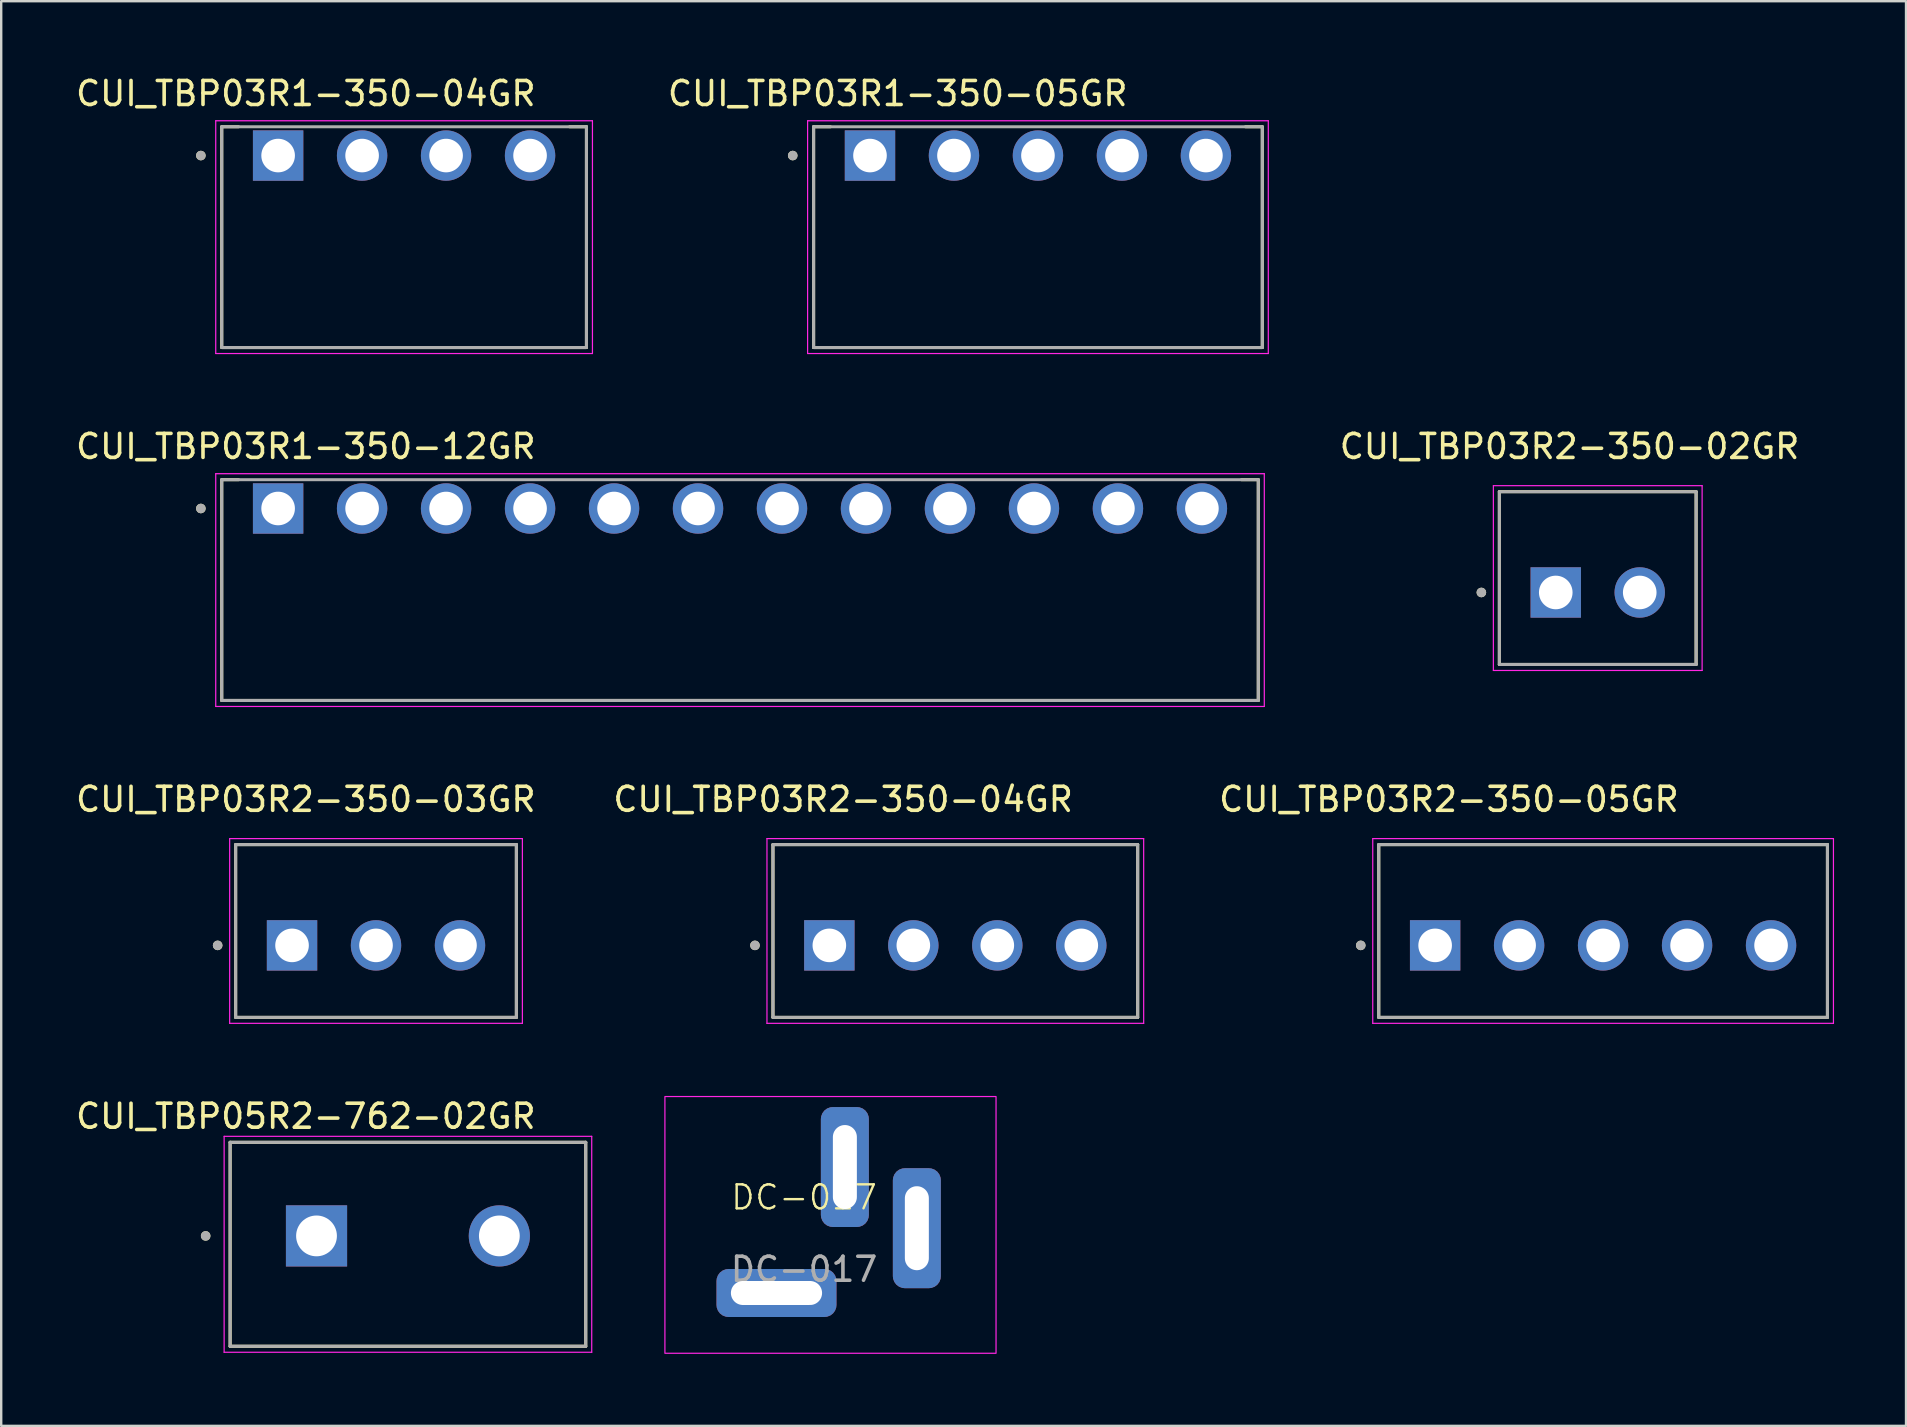
<source format=kicad_pcb>
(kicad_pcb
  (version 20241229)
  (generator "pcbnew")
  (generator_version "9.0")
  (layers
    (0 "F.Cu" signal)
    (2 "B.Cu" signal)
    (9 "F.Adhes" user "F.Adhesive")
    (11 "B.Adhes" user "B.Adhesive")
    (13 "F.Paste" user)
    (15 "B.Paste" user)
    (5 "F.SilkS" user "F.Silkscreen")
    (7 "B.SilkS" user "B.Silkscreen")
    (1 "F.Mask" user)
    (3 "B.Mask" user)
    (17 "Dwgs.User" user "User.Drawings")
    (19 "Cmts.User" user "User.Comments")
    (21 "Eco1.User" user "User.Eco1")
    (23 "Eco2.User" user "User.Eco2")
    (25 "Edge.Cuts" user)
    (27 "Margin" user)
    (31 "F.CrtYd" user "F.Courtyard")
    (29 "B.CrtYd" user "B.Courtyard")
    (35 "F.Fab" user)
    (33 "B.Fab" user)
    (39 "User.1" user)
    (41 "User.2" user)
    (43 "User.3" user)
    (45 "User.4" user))
  (footprint "CUI_TBP03R2-350-02GR"
    (layer "F.Cu")
    (at 61.788 21.642)
    (property "Reference" "CUI_TBP03R2-350-02GR" (at 0.575 -6.085 0) (layer "F.SilkS") (effects (font (size 1 1) (thickness 0.15))))
    (attr through_hole)
    (fp_line (start -2.35 -4.2) (end 5.85 -4.2) (stroke (width 0.127) (type solid)) (layer "F.SilkS"))
    (fp_line (start -2.35 3) (end -2.35 -4.2) (stroke (width 0.127) (type solid)) (layer "F.SilkS"))
    (fp_line (start 5.85 -4.2) (end 5.85 3) (stroke (width 0.127) (type solid)) (layer "F.SilkS"))
    (fp_line (start 5.85 3) (end -2.35 3) (stroke (width 0.127) (type solid)) (layer "F.SilkS"))
    (fp_circle (center -3.1 0) (end -3 0) (stroke (width 0.2) (type solid)) (fill no) (layer "F.SilkS"))
    (fp_line (start -2.6 -4.45) (end -2.6 3.25) (stroke (width 0.05) (type solid)) (layer "F.CrtYd"))
    (fp_line (start -2.6 3.25) (end 6.1 3.25) (stroke (width 0.05) (type solid)) (layer "F.CrtYd"))
    (fp_line (start 6.1 -4.45) (end -2.6 -4.45) (stroke (width 0.05) (type solid)) (layer "F.CrtYd"))
    (fp_line (start 6.1 3.25) (end 6.1 -4.45) (stroke (width 0.05) (type solid)) (layer "F.CrtYd"))
    (fp_line (start -2.35 -4.2) (end 5.85 -4.2) (stroke (width 0.127) (type solid)) (layer "F.Fab"))
    (fp_line (start -2.35 3) (end -2.35 -4.2) (stroke (width 0.127) (type solid)) (layer "F.Fab"))
    (fp_line (start 5.85 -4.2) (end 5.85 3) (stroke (width 0.127) (type solid)) (layer "F.Fab"))
    (fp_line (start 5.85 3) (end -2.35 3) (stroke (width 0.127) (type solid)) (layer "F.Fab"))
    (fp_circle (center -3.1 0) (end -3 0) (stroke (width 0.2) (type solid)) (fill no) (layer "F.Fab"))
    (pad "1" thru_hole rect (at 0 0) (size 2.1 2.1) (drill 1.4) (layers "*.Cu" "*.Mask"))
    (pad "2" thru_hole circle (at 3.5 0) (size 2.1 2.1) (drill 1.4) (layers "*.Cu" "*.Mask")))
  (footprint "CUI_TBP03R1-350-04GR"
    (layer "F.Cu")
    (at 8.541 3.433)
    (property "Reference" "CUI_TBP03R1-350-04GR" (at 1.155 -2.585 0) (layer "F.SilkS") (effects (font (size 1 1) (thickness 0.15))))
    (attr through_hole)
    (fp_line (start -2.35 -1.2) (end -2.35 8) (stroke (width 0.127) (type solid)) (layer "F.SilkS"))
    (fp_line (start -2.35 -1.2) (end -1.65 -1.2) (stroke (width 0.127) (type solid)) (layer "F.SilkS"))
    (fp_line (start -2.35 8) (end 12.85 8) (stroke (width 0.127) (type solid)) (layer "F.SilkS"))
    (fp_line (start 12.15 -1.2) (end 12.85 -1.2) (stroke (width 0.127) (type solid)) (layer "F.SilkS"))
    (fp_line (start 12.85 8) (end 12.85 -1.2) (stroke (width 0.127) (type solid)) (layer "F.SilkS"))
    (fp_circle (center -3.22 0) (end -3.12 0) (stroke (width 0.2) (type solid)) (fill no) (layer "F.SilkS"))
    (fp_line (start -2.6 -1.45) (end -2.6 8.25) (stroke (width 0.05) (type solid)) (layer "F.CrtYd"))
    (fp_line (start -2.6 8.25) (end 13.1 8.25) (stroke (width 0.05) (type solid)) (layer "F.CrtYd"))
    (fp_line (start 13.1 -1.45) (end -2.6 -1.45) (stroke (width 0.05) (type solid)) (layer "F.CrtYd"))
    (fp_line (start 13.1 8.25) (end 13.1 -1.45) (stroke (width 0.05) (type solid)) (layer "F.CrtYd"))
    (fp_line (start -2.35 -1.2) (end -2.35 8) (stroke (width 0.127) (type solid)) (layer "F.Fab"))
    (fp_line (start -2.35 8) (end 12.85 8) (stroke (width 0.127) (type solid)) (layer "F.Fab"))
    (fp_line (start 12.85 -1.2) (end -2.35 -1.2) (stroke (width 0.127) (type solid)) (layer "F.Fab"))
    (fp_line (start 12.85 8) (end 12.85 -1.2) (stroke (width 0.127) (type solid)) (layer "F.Fab"))
    (fp_circle (center -3.22 0) (end -3.12 0) (stroke (width 0.2) (type solid)) (fill no) (layer "F.Fab"))
    (pad "1" thru_hole rect (at 0 0) (size 2.1 2.1) (drill 1.4) (layers "*.Cu" "*.Mask"))
    (pad "2" thru_hole circle (at 3.5 0) (size 2.1 2.1) (drill 1.4) (layers "*.Cu" "*.Mask"))
    (pad "3" thru_hole circle (at 7 0) (size 2.1 2.1) (drill 1.4) (layers "*.Cu" "*.Mask"))
    (pad "4" thru_hole circle (at 10.5 0) (size 2.1 2.1) (drill 1.4) (layers "*.Cu" "*.Mask")))
  (footprint "CUI_TBP03R1-350-05GR"
    (layer "F.Cu")
    (at 33.208 3.433)
    (property "Reference" "CUI_TBP03R1-350-05GR" (at 1.155 -2.585 0) (layer "F.SilkS") (effects (font (size 1 1) (thickness 0.15))))
    (attr through_hole)
    (fp_line (start -2.35 -1.2) (end -2.35 8) (stroke (width 0.127) (type solid)) (layer "F.SilkS"))
    (fp_line (start -2.35 -1.2) (end -1.65 -1.2) (stroke (width 0.127) (type solid)) (layer "F.SilkS"))
    (fp_line (start -2.35 8) (end 16.35 8) (stroke (width 0.127) (type solid)) (layer "F.SilkS"))
    (fp_line (start 15.65 -1.2) (end 16.35 -1.2) (stroke (width 0.127) (type solid)) (layer "F.SilkS"))
    (fp_line (start 16.35 8) (end 16.35 -1.2) (stroke (width 0.127) (type solid)) (layer "F.SilkS"))
    (fp_circle (center -3.22 0) (end -3.12 0) (stroke (width 0.2) (type solid)) (fill no) (layer "F.SilkS"))
    (fp_line (start -2.6 -1.45) (end -2.6 8.25) (stroke (width 0.05) (type solid)) (layer "F.CrtYd"))
    (fp_line (start -2.6 8.25) (end 16.6 8.25) (stroke (width 0.05) (type solid)) (layer "F.CrtYd"))
    (fp_line (start 16.6 -1.45) (end -2.6 -1.45) (stroke (width 0.05) (type solid)) (layer "F.CrtYd"))
    (fp_line (start 16.6 8.25) (end 16.6 -1.45) (stroke (width 0.05) (type solid)) (layer "F.CrtYd"))
    (fp_line (start -2.35 -1.2) (end -2.35 8) (stroke (width 0.127) (type solid)) (layer "F.Fab"))
    (fp_line (start -2.35 8) (end 16.35 8) (stroke (width 0.127) (type solid)) (layer "F.Fab"))
    (fp_line (start 16.35 -1.2) (end -2.35 -1.2) (stroke (width 0.127) (type solid)) (layer "F.Fab"))
    (fp_line (start 16.35 8) (end 16.35 -1.2) (stroke (width 0.127) (type solid)) (layer "F.Fab"))
    (fp_circle (center -3.22 0) (end -3.12 0) (stroke (width 0.2) (type solid)) (fill no) (layer "F.Fab"))
    (pad "1" thru_hole rect (at 0 0) (size 2.1 2.1) (drill 1.4) (layers "*.Cu" "*.Mask"))
    (pad "2" thru_hole circle (at 3.5 0) (size 2.1 2.1) (drill 1.4) (layers "*.Cu" "*.Mask"))
    (pad "3" thru_hole circle (at 7 0) (size 2.1 2.1) (drill 1.4) (layers "*.Cu" "*.Mask"))
    (pad "4" thru_hole circle (at 10.5 0) (size 2.1 2.1) (drill 1.4) (layers "*.Cu" "*.Mask"))
    (pad "5" thru_hole circle (at 14 0) (size 2.1 2.1) (drill 1.4) (layers "*.Cu" "*.Mask")))
  (footprint "CUI_TBP03R2-350-04GR"
    (layer "F.Cu")
    (at 31.514 36.35)
    (property "Reference" "CUI_TBP03R2-350-04GR" (at 0.575 -6.085 0) (layer "F.SilkS") (effects (font (size 1 1) (thickness 0.15))))
    (attr through_hole)
    (fp_line (start -2.35 -4.2) (end 12.85 -4.2) (stroke (width 0.127) (type solid)) (layer "F.SilkS"))
    (fp_line (start -2.35 3) (end -2.35 -4.2) (stroke (width 0.127) (type solid)) (layer "F.SilkS"))
    (fp_line (start 12.85 -4.2) (end 12.85 3) (stroke (width 0.127) (type solid)) (layer "F.SilkS"))
    (fp_line (start 12.85 3) (end -2.35 3) (stroke (width 0.127) (type solid)) (layer "F.SilkS"))
    (fp_circle (center -3.1 0) (end -3 0) (stroke (width 0.2) (type solid)) (fill no) (layer "F.SilkS"))
    (fp_line (start -2.6 -4.45) (end -2.6 3.25) (stroke (width 0.05) (type solid)) (layer "F.CrtYd"))
    (fp_line (start -2.6 3.25) (end 13.1 3.25) (stroke (width 0.05) (type solid)) (layer "F.CrtYd"))
    (fp_line (start 13.1 -4.45) (end -2.6 -4.45) (stroke (width 0.05) (type solid)) (layer "F.CrtYd"))
    (fp_line (start 13.1 3.25) (end 13.1 -4.45) (stroke (width 0.05) (type solid)) (layer "F.CrtYd"))
    (fp_line (start -2.35 -4.2) (end 12.85 -4.2) (stroke (width 0.127) (type solid)) (layer "F.Fab"))
    (fp_line (start -2.35 3) (end -2.35 -4.2) (stroke (width 0.127) (type solid)) (layer "F.Fab"))
    (fp_line (start 12.85 -4.2) (end 12.85 3) (stroke (width 0.127) (type solid)) (layer "F.Fab"))
    (fp_line (start 12.85 3) (end -2.35 3) (stroke (width 0.127) (type solid)) (layer "F.Fab"))
    (fp_circle (center -3.1 0) (end -3 0) (stroke (width 0.2) (type solid)) (fill no) (layer "F.Fab"))
    (pad "1" thru_hole rect (at 0 0) (size 2.1 2.1) (drill 1.4) (layers "*.Cu" "*.Mask"))
    (pad "2" thru_hole circle (at 3.5 0) (size 2.1 2.1) (drill 1.4) (layers "*.Cu" "*.Mask"))
    (pad "3" thru_hole circle (at 7 0) (size 2.1 2.1) (drill 1.4) (layers "*.Cu" "*.Mask"))
    (pad "4" thru_hole circle (at 10.5 0) (size 2.1 2.1) (drill 1.4) (layers "*.Cu" "*.Mask")))
  (footprint "CUI_TBP03R1-350-12GR"
    (layer "F.Cu")
    (at 8.541 18.142)
    (property "Reference" "CUI_TBP03R1-350-12GR" (at 1.155 -2.585 0) (layer "F.SilkS") (effects (font (size 1 1) (thickness 0.15))))
    (attr through_hole)
    (fp_line (start -2.35 -1.2) (end -2.35 8) (stroke (width 0.127) (type solid)) (layer "F.SilkS"))
    (fp_line (start -2.35 -1.2) (end -1.65 -1.2) (stroke (width 0.127) (type solid)) (layer "F.SilkS"))
    (fp_line (start -2.35 8) (end 40.85 8) (stroke (width 0.127) (type solid)) (layer "F.SilkS"))
    (fp_line (start 40.15 -1.2) (end 40.85 -1.2) (stroke (width 0.127) (type solid)) (layer "F.SilkS"))
    (fp_line (start 40.85 8) (end 40.85 -1.2) (stroke (width 0.127) (type solid)) (layer "F.SilkS"))
    (fp_circle (center -3.22 0) (end -3.12 0) (stroke (width 0.2) (type solid)) (fill no) (layer "F.SilkS"))
    (fp_line (start -2.6 -1.45) (end -2.6 8.25) (stroke (width 0.05) (type solid)) (layer "F.CrtYd"))
    (fp_line (start -2.6 8.25) (end 41.1 8.25) (stroke (width 0.05) (type solid)) (layer "F.CrtYd"))
    (fp_line (start 41.1 -1.45) (end -2.6 -1.45) (stroke (width 0.05) (type solid)) (layer "F.CrtYd"))
    (fp_line (start 41.1 8.25) (end 41.1 -1.45) (stroke (width 0.05) (type solid)) (layer "F.CrtYd"))
    (fp_line (start -2.35 -1.2) (end -2.35 8) (stroke (width 0.127) (type solid)) (layer "F.Fab"))
    (fp_line (start -2.35 8) (end 40.85 8) (stroke (width 0.127) (type solid)) (layer "F.Fab"))
    (fp_line (start 40.85 -1.2) (end -2.35 -1.2) (stroke (width 0.127) (type solid)) (layer "F.Fab"))
    (fp_line (start 40.85 8) (end 40.85 -1.2) (stroke (width 0.127) (type solid)) (layer "F.Fab"))
    (fp_circle (center -3.22 0) (end -3.12 0) (stroke (width 0.2) (type solid)) (fill no) (layer "F.Fab"))
    (pad "1" thru_hole rect (at 0 0) (size 2.1 2.1) (drill 1.4) (layers "*.Cu" "*.Mask"))
    (pad "2" thru_hole circle (at 3.5 0) (size 2.1 2.1) (drill 1.4) (layers "*.Cu" "*.Mask"))
    (pad "3" thru_hole circle (at 7 0) (size 2.1 2.1) (drill 1.4) (layers "*.Cu" "*.Mask"))
    (pad "4" thru_hole circle (at 10.5 0) (size 2.1 2.1) (drill 1.4) (layers "*.Cu" "*.Mask"))
    (pad "5" thru_hole circle (at 14 0) (size 2.1 2.1) (drill 1.4) (layers "*.Cu" "*.Mask"))
    (pad "6" thru_hole circle (at 17.5 0) (size 2.1 2.1) (drill 1.4) (layers "*.Cu" "*.Mask"))
    (pad "7" thru_hole circle (at 21 0) (size 2.1 2.1) (drill 1.4) (layers "*.Cu" "*.Mask"))
    (pad "8" thru_hole circle (at 24.5 0) (size 2.1 2.1) (drill 1.4) (layers "*.Cu" "*.Mask"))
    (pad "9" thru_hole circle (at 28 0) (size 2.1 2.1) (drill 1.4) (layers "*.Cu" "*.Mask"))
    (pad "10" thru_hole circle (at 31.5 0) (size 2.1 2.1) (drill 1.4) (layers "*.Cu" "*.Mask"))
    (pad "11" thru_hole circle (at 35 0) (size 2.1 2.1) (drill 1.4) (layers "*.Cu" "*.Mask"))
    (pad "12" thru_hole circle (at 38.5 0) (size 2.1 2.1) (drill 1.4) (layers "*.Cu" "*.Mask")))
  (footprint "CUI_TBP05R2-762-02GR"
    (layer "F.Cu")
    (at 10.141 48.458)
    (property "Reference" "CUI_TBP05R2-762-02GR" (at -0.445 -4.985 0) (layer "F.SilkS") (effects (font (size 1 1) (thickness 0.15))))
    (attr through_hole)
    (fp_line (start -3.6 -3.9) (end -3.6 4.6) (stroke (width 0.127) (type solid)) (layer "F.SilkS"))
    (fp_line (start -3.6 4.6) (end 11.22 4.6) (stroke (width 0.127) (type solid)) (layer "F.SilkS"))
    (fp_line (start 11.22 -3.9) (end -3.6 -3.9) (stroke (width 0.127) (type solid)) (layer "F.SilkS"))
    (fp_line (start 11.22 4.6) (end 11.22 -3.9) (stroke (width 0.127) (type solid)) (layer "F.SilkS"))
    (fp_circle (center -4.62 0) (end -4.52 0) (stroke (width 0.2) (type solid)) (fill no) (layer "F.SilkS"))
    (fp_line (start -3.85 -4.15) (end -3.85 4.85) (stroke (width 0.05) (type solid)) (layer "F.CrtYd"))
    (fp_line (start -3.85 4.85) (end 11.47 4.85) (stroke (width 0.05) (type solid)) (layer "F.CrtYd"))
    (fp_line (start 11.47 -4.15) (end -3.85 -4.15) (stroke (width 0.05) (type solid)) (layer "F.CrtYd"))
    (fp_line (start 11.47 4.85) (end 11.47 -4.15) (stroke (width 0.05) (type solid)) (layer "F.CrtYd"))
    (fp_line (start -3.6 -3.9) (end -3.6 4.6) (stroke (width 0.127) (type solid)) (layer "F.Fab"))
    (fp_line (start -3.6 4.6) (end 11.22 4.6) (stroke (width 0.127) (type solid)) (layer "F.Fab"))
    (fp_line (start 11.22 -3.9) (end -3.6 -3.9) (stroke (width 0.127) (type solid)) (layer "F.Fab"))
    (fp_line (start 11.22 4.6) (end 11.22 -3.9) (stroke (width 0.127) (type solid)) (layer "F.Fab"))
    (fp_circle (center -4.62 0) (end -4.52 0) (stroke (width 0.2) (type solid)) (fill no) (layer "F.Fab"))
    (pad "1" thru_hole rect (at 0 0) (size 2.55 2.55) (drill 1.7) (layers "*.Cu" "*.Mask"))
    (pad "2" thru_hole circle (at 7.62 0) (size 2.55 2.55) (drill 1.7) (layers "*.Cu" "*.Mask")))
  (footprint "CUI_TBP03R2-350-03GR"
    (layer "F.Cu")
    (at 9.121 36.35)
    (property "Reference" "CUI_TBP03R2-350-03GR" (at 0.575 -6.085 0) (layer "F.SilkS") (effects (font (size 1 1) (thickness 0.15))))
    (attr through_hole)
    (fp_line (start -2.35 -4.2) (end 9.35 -4.2) (stroke (width 0.127) (type solid)) (layer "F.SilkS"))
    (fp_line (start -2.35 3) (end -2.35 -4.2) (stroke (width 0.127) (type solid)) (layer "F.SilkS"))
    (fp_line (start 9.35 -4.2) (end 9.35 3) (stroke (width 0.127) (type solid)) (layer "F.SilkS"))
    (fp_line (start 9.35 3) (end -2.35 3) (stroke (width 0.127) (type solid)) (layer "F.SilkS"))
    (fp_circle (center -3.1 0) (end -3 0) (stroke (width 0.2) (type solid)) (fill no) (layer "F.SilkS"))
    (fp_line (start -2.6 -4.45) (end -2.6 3.25) (stroke (width 0.05) (type solid)) (layer "F.CrtYd"))
    (fp_line (start -2.6 3.25) (end 9.6 3.25) (stroke (width 0.05) (type solid)) (layer "F.CrtYd"))
    (fp_line (start 9.6 -4.45) (end -2.6 -4.45) (stroke (width 0.05) (type solid)) (layer "F.CrtYd"))
    (fp_line (start 9.6 3.25) (end 9.6 -4.45) (stroke (width 0.05) (type solid)) (layer "F.CrtYd"))
    (fp_line (start -2.35 -4.2) (end 9.35 -4.2) (stroke (width 0.127) (type solid)) (layer "F.Fab"))
    (fp_line (start -2.35 3) (end -2.35 -4.2) (stroke (width 0.127) (type solid)) (layer "F.Fab"))
    (fp_line (start 9.35 -4.2) (end 9.35 3) (stroke (width 0.127) (type solid)) (layer "F.Fab"))
    (fp_line (start 9.35 3) (end -2.35 3) (stroke (width 0.127) (type solid)) (layer "F.Fab"))
    (fp_circle (center -3.1 0) (end -3 0) (stroke (width 0.2) (type solid)) (fill no) (layer "F.Fab"))
    (pad "1" thru_hole rect (at 0 0) (size 2.1 2.1) (drill 1.4) (layers "*.Cu" "*.Mask"))
    (pad "2" thru_hole circle (at 3.5 0) (size 2.1 2.1) (drill 1.4) (layers "*.Cu" "*.Mask"))
    (pad "3" thru_hole circle (at 7 0) (size 2.1 2.1) (drill 1.4) (layers "*.Cu" "*.Mask")))
  (footprint "DC-017"
    (layer "F.Cu")
    (at 30.461 47.35)
    (property "Reference" "DC-017" (at 0 -0.5 0) (unlocked yes) (layer "F.SilkS") (effects (font (size 1 1) (thickness 0.1))))
    (attr through_hole)
    (fp_rect (start 8 6) (end -5.8 -4.7) (stroke (width 0.05) (type default)) (fill no) (layer "F.CrtYd"))
    (fp_text user "${REFERENCE}" (at 0 2.5 0) (unlocked yes) (layer "F.Fab") (effects (font (size 1 1) (thickness 0.15))))
    (pad "1" thru_hole roundrect (at -1.15 3.487 90) (size 2 5) (drill oval 1 3.8) (layers "*.Cu" "*.Mask") (roundrect_rratio 0.25))
    (pad "2" thru_hole roundrect (at 1.7 -1.763 180) (size 2 5) (drill oval 1 3.5) (layers "*.Cu" "*.Mask") (roundrect_rratio 0.25))
    (pad "2" thru_hole roundrect (at 4.7 0.787 180) (size 2 5) (drill oval 1 3.5) (layers "*.Cu" "*.Mask") (roundrect_rratio 0.25)))
  (footprint "CUI_TBP03R2-350-05GR"
    (layer "F.Cu")
    (at 56.761 36.35)
    (property "Reference" "CUI_TBP03R2-350-05GR" (at 0.575 -6.085 0) (layer "F.SilkS") (effects (font (size 1 1) (thickness 0.15))))
    (attr through_hole)
    (fp_line (start -2.35 -4.2) (end 16.35 -4.2) (stroke (width 0.127) (type solid)) (layer "F.SilkS"))
    (fp_line (start -2.35 3) (end -2.35 -4.2) (stroke (width 0.127) (type solid)) (layer "F.SilkS"))
    (fp_line (start 16.35 -4.2) (end 16.35 3) (stroke (width 0.127) (type solid)) (layer "F.SilkS"))
    (fp_line (start 16.35 3) (end -2.35 3) (stroke (width 0.127) (type solid)) (layer "F.SilkS"))
    (fp_circle (center -3.1 0) (end -3 0) (stroke (width 0.2) (type solid)) (fill no) (layer "F.SilkS"))
    (fp_line (start -2.6 -4.45) (end -2.6 3.25) (stroke (width 0.05) (type solid)) (layer "F.CrtYd"))
    (fp_line (start -2.6 3.25) (end 16.6 3.25) (stroke (width 0.05) (type solid)) (layer "F.CrtYd"))
    (fp_line (start 16.6 -4.45) (end -2.6 -4.45) (stroke (width 0.05) (type solid)) (layer "F.CrtYd"))
    (fp_line (start 16.6 3.25) (end 16.6 -4.45) (stroke (width 0.05) (type solid)) (layer "F.CrtYd"))
    (fp_line (start -2.35 -4.2) (end 16.35 -4.2) (stroke (width 0.127) (type solid)) (layer "F.Fab"))
    (fp_line (start -2.35 3) (end -2.35 -4.2) (stroke (width 0.127) (type solid)) (layer "F.Fab"))
    (fp_line (start 16.35 -4.2) (end 16.35 3) (stroke (width 0.127) (type solid)) (layer "F.Fab"))
    (fp_line (start 16.35 3) (end -2.35 3) (stroke (width 0.127) (type solid)) (layer "F.Fab"))
    (fp_circle (center -3.1 0) (end -3 0) (stroke (width 0.2) (type solid)) (fill no) (layer "F.Fab"))
    (pad "1" thru_hole rect (at 0 0) (size 2.1 2.1) (drill 1.4) (layers "*.Cu" "*.Mask"))
    (pad "2" thru_hole circle (at 3.5 0) (size 2.1 2.1) (drill 1.4) (layers "*.Cu" "*.Mask"))
    (pad "3" thru_hole circle (at 7 0) (size 2.1 2.1) (drill 1.4) (layers "*.Cu" "*.Mask"))
    (pad "4" thru_hole circle (at 10.5 0) (size 2.1 2.1) (drill 1.4) (layers "*.Cu" "*.Mask"))
    (pad "5" thru_hole circle (at 14 0) (size 2.1 2.1) (drill 1.4) (layers "*.Cu" "*.Mask")))
  (gr_rect
    (start -3 -3)
    (end 76.386 56.375)
    (stroke (width 0.1) (type default))
    (fill no)
    (layer "Edge.Cuts")))
</source>
